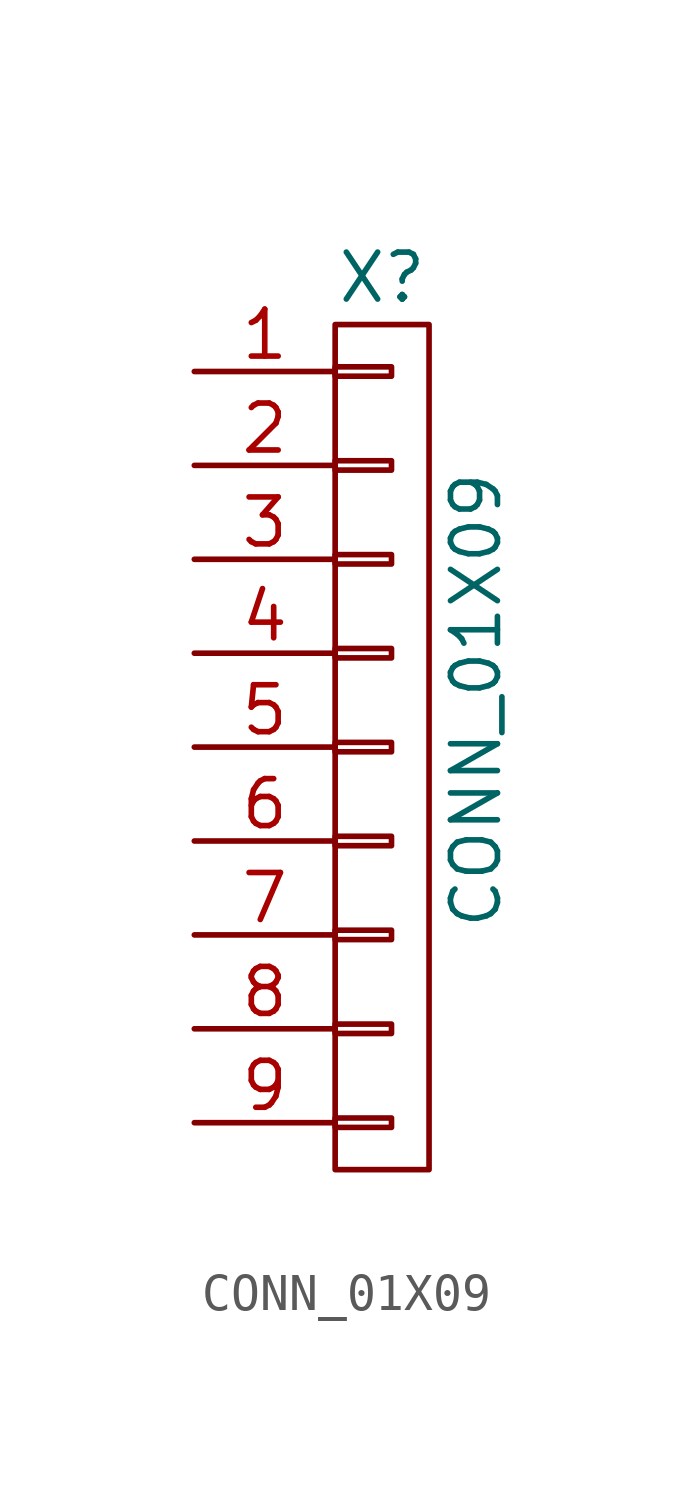
<source format=kicad_sym>
(kicad_symbol_lib
  (version 20211014)
  (generator kicad_symbol_editor)
  (symbol "CONN_01X09"
    (pin_names
      (offset 1.016) hide)
    (property "Reference" "X"
      (at 0 12.7 0)
      (effects (font (size 1.27 1.27))))
    (property "Value" "CONN_01X09"
      (at 2.54 1.27 90)
      (effects (font (size 1.27 1.27))))
    (property "Datasheet" ""
      (at 0 1.27 0)
      (effects (font (size 1.27 1.27))))
    (symbol "CONN_01X09_0_1"
      (rectangle (start -1.27 -11.43) (end 1.27 11.43) (stroke (width 0) (type default) (color 0 0 0 0)) (fill (type none)))
      (rectangle (start -1.27 -10.033) (end 0.254 -10.287) (stroke (width 0) (type default) (color 0 0 0 0)) (fill (type none)))
      (rectangle (start -1.27 -7.493) (end 0.254 -7.747) (stroke (width 0) (type default) (color 0 0 0 0)) (fill (type none)))
      (rectangle (start -1.27 -4.953) (end 0.254 -5.207) (stroke (width 0) (type default) (color 0 0 0 0)) (fill (type none)))
      (rectangle (start -1.27 -2.413) (end 0.254 -2.667) (stroke (width 0) (type default) (color 0 0 0 0)) (fill (type none)))
      (rectangle (start -1.27 0.127) (end 0.254 -0.127) (stroke (width 0) (type default) (color 0 0 0 0)) (fill (type none)))
      (rectangle (start -1.27 2.667) (end 0.254 2.413) (stroke (width 0) (type default) (color 0 0 0 0)) (fill (type none)))
      (rectangle (start -1.27 5.207) (end 0.254 4.953) (stroke (width 0) (type default) (color 0 0 0 0)) (fill (type none)))
      (rectangle (start -1.27 7.747) (end 0.254 7.493) (stroke (width 0) (type default) (color 0 0 0 0)) (fill (type none)))
      (rectangle (start -1.27 10.287) (end 0.254 10.033) (stroke (width 0) (type default) (color 0 0 0 0)) (fill (type none))))
    (symbol "CONN_01X09_1_1"
      (pin passive line (at -5.08 10.16 0) (length 3.81) (name "P1" (effects (font (size 1.27 1.27)))) (number "1" (effects (font (size 1.27 1.27)))))
      (pin passive line (at -5.08 7.62 0) (length 3.81) (name "P2" (effects (font (size 1.27 1.27)))) (number "2" (effects (font (size 1.27 1.27)))))
      (pin passive line (at -5.08 5.08 0) (length 3.81) (name "P3" (effects (font (size 1.27 1.27)))) (number "3" (effects (font (size 1.27 1.27)))))
      (pin passive line (at -5.08 2.54 0) (length 3.81) (name "P4" (effects (font (size 1.27 1.27)))) (number "4" (effects (font (size 1.27 1.27)))))
      (pin passive line (at -5.08 0 0) (length 3.81) (name "P5" (effects (font (size 1.27 1.27)))) (number "5" (effects (font (size 1.27 1.27)))))
      (pin passive line (at -5.08 -2.54 0) (length 3.81) (name "P6" (effects (font (size 1.27 1.27)))) (number "6" (effects (font (size 1.27 1.27)))))
      (pin passive line (at -5.08 -5.08 0) (length 3.81) (name "P7" (effects (font (size 1.27 1.27)))) (number "7" (effects (font (size 1.27 1.27)))))
      (pin passive line (at -5.08 -7.62 0) (length 3.81) (name "P8" (effects (font (size 1.27 1.27)))) (number "8" (effects (font (size 1.27 1.27)))))
      (pin passive line (at -5.08 -10.16 0) (length 3.81) (name "9" (effects (font (size 1.27 1.27)))) (number "9" (effects (font (size 1.27 1.27))))))))
</source>
